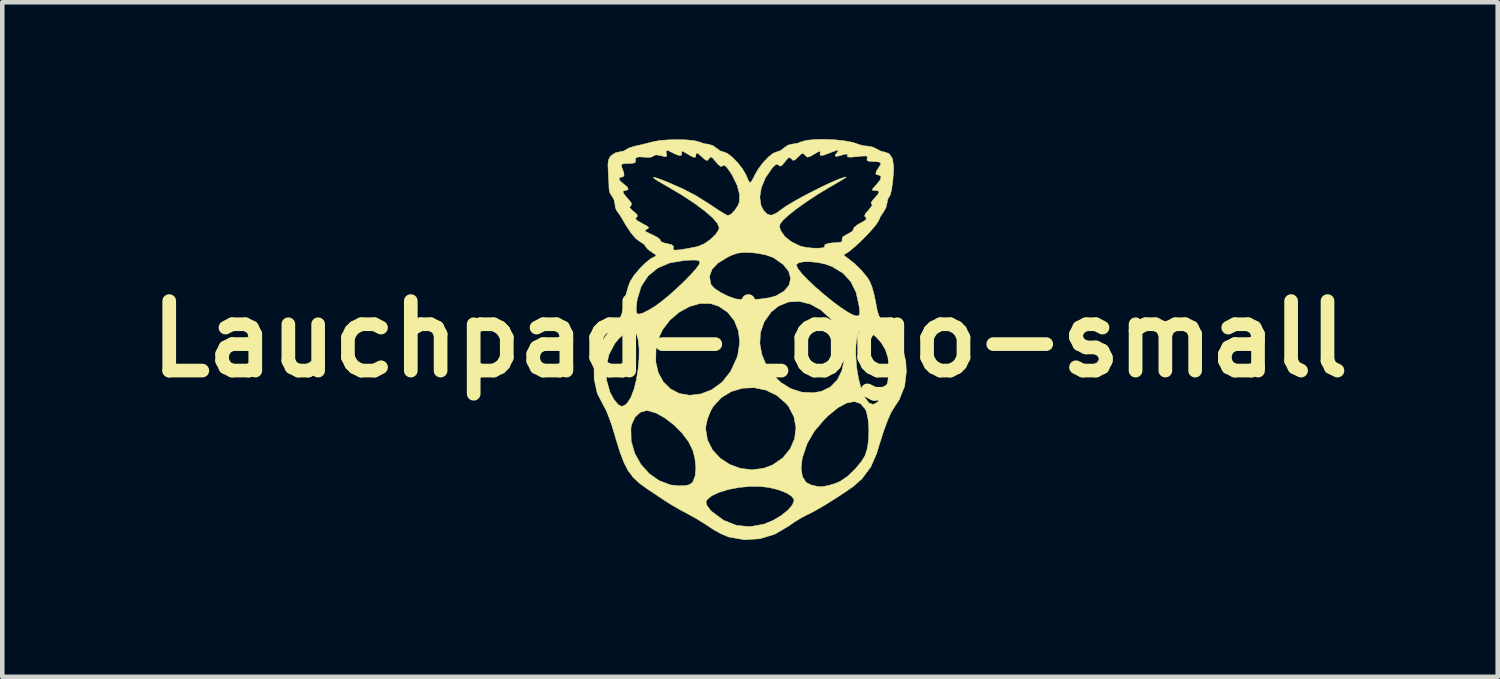
<source format=kicad_pcb>
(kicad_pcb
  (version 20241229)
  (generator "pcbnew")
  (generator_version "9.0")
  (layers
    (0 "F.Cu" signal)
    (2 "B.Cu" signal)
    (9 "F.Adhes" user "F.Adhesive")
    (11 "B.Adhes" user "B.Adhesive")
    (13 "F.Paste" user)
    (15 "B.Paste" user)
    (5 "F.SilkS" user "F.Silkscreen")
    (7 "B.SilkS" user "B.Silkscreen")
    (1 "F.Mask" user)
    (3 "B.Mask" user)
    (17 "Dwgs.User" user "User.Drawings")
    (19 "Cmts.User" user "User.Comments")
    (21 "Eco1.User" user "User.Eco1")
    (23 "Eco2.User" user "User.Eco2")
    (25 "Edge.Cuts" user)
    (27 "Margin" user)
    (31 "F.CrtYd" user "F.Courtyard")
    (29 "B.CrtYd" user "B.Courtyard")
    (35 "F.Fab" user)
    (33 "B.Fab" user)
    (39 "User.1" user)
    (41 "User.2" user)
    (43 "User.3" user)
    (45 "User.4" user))
  (footprint "Lauchpad-Logo-small"
    (layer "F.Cu")
    (at 13.397 4.387)
    (property "Reference" "Lauchpad-Logo-small" (at 0 0 0) (layer "F.SilkS") (effects (font (size 1.524 1.524) (thickness 0.3))))
    (attr exclude_from_pos_files exclude_from_bom)
    (fp_poly (pts (xy 1.854 -4.372) (xy 2.074 -4.349) (xy 2.261 -4.313) (xy 2.381 -4.271) (xy 2.478 -4.242) (xy 2.574 -4.233) (xy 2.694 -4.211) (xy 2.775 -4.171) (xy 2.87 -4.121) (xy 2.932 -4.108) (xy 3.05 -4.069) (xy 3.123 -3.96) (xy 3.15 -3.782) (xy 3.149 -3.7) (xy 3.13 -3.459) (xy 3.103 -3.272) (xy 3.071 -3.151) (xy 3.043 -3.109) (xy 3.014 -3.052) (xy 3.006 -2.988) (xy 2.98 -2.883) (xy 2.927 -2.789) (xy 2.859 -2.686) (xy 2.821 -2.603) (xy 2.775 -2.527) (xy 2.685 -2.415) (xy 2.564 -2.284) (xy 2.43 -2.149) (xy 2.296 -2.025) (xy 2.178 -1.927) (xy 2.093 -1.871) (xy 2.066 -1.863) (xy 2.058 -1.844) (xy 2.111 -1.797) (xy 2.118 -1.793) (xy 2.287 -1.661) (xy 2.45 -1.501) (xy 2.58 -1.341) (xy 2.627 -1.263) (xy 2.675 -1.141) (xy 2.722 -0.972) (xy 2.758 -0.797) (xy 2.787 -0.638) (xy 2.822 -0.524) (xy 2.879 -0.425) (xy 2.972 -0.312) (xy 3.049 -0.227) (xy 3.238 0.007) (xy 3.356 0.238) (xy 3.416 0.491) (xy 3.428 0.717) (xy 3.39 1.034) (xy 3.274 1.324) (xy 3.156 1.504) (xy 3.087 1.619) (xy 3.01 1.798) (xy 2.92 2.048) (xy 2.817 2.373) (xy 2.777 2.507) (xy 2.649 2.801) (xy 2.454 3.062) (xy 2.263 3.231) (xy 2.06 3.371) (xy 1.84 3.514) (xy 1.624 3.648) (xy 1.432 3.759) (xy 1.284 3.837) (xy 1.256 3.849) (xy 1.119 3.92) (xy 0.959 4.019) (xy 0.849 4.097) (xy 0.546 4.276) (xy 0.218 4.377) (xy -0.122 4.399) (xy -0.463 4.339) (xy -0.471 4.336) (xy -0.621 4.275) (xy -0.787 4.185) (xy -0.874 4.128) (xy -1.019 4.032) (xy -1.201 3.922) (xy -1.376 3.826) (xy -1.546 3.734) (xy -1.712 3.639) (xy -1.821 3.571) (xy -0.966 3.571) (xy -0.945 3.646) (xy -0.872 3.745) (xy -0.833 3.785) (xy -0.576 3.974) (xy -0.296 4.084) (xy -0.001 4.112) (xy 0.301 4.058) (xy 0.5 3.977) (xy 0.683 3.869) (xy 0.83 3.751) (xy 0.929 3.636) (xy 0.967 3.536) (xy 0.965 3.519) (xy 0.912 3.444) (xy 0.794 3.37) (xy 0.628 3.305) (xy 0.432 3.256) (xy 0.246 3.231) (xy 0.004 3.229) (xy -0.241 3.252) (xy -0.474 3.297) (xy -0.678 3.359) (xy -0.839 3.434) (xy -0.94 3.517) (xy -0.966 3.571) (xy -1.821 3.571) (xy -1.838 3.56) (xy -1.841 3.558) (xy -1.97 3.472) (xy -2.13 3.365) (xy -2.252 3.285) (xy -2.422 3.162) (xy -2.558 3.036) (xy -2.668 2.891) (xy -2.762 2.712) (xy -2.85 2.483) (xy -2.941 2.19) (xy -2.961 2.117) (xy -3.011 1.953) (xy -2.612 1.953) (xy -2.606 2.233) (xy -2.53 2.5) (xy -2.396 2.742) (xy -2.213 2.948) (xy -1.993 3.103) (xy -1.746 3.196) (xy -1.558 3.217) (xy -1.412 3.211) (xy -1.323 3.189) (xy -1.265 3.142) (xy -1.251 3.123) (xy -1.202 2.994) (xy -1.188 2.813) (xy -1.21 2.608) (xy -1.253 2.44) (xy -1.347 2.25) (xy -1.492 2.058) (xy -1.584 1.966) (xy -0.973 1.966) (xy -0.933 2.211) (xy -0.824 2.427) (xy -0.659 2.607) (xy -0.451 2.745) (xy -0.214 2.833) (xy 0.04 2.865) (xy 0.233 2.841) (xy 1.12 2.841) (xy 1.15 3.016) (xy 1.229 3.14) (xy 1.341 3.198) (xy 1.442 3.221) (xy 1.502 3.235) (xy 1.597 3.234) (xy 1.734 3.206) (xy 1.882 3.16) (xy 1.981 3.116) (xy 2.143 3.005) (xy 2.31 2.845) (xy 2.454 2.668) (xy 2.524 2.55) (xy 2.573 2.397) (xy 2.6 2.195) (xy 2.606 1.974) (xy 2.59 1.764) (xy 2.553 1.592) (xy 2.528 1.535) (xy 2.424 1.414) (xy 2.287 1.369) (xy 2.121 1.399) (xy 1.927 1.504) (xy 1.71 1.682) (xy 1.638 1.752) (xy 1.413 2.015) (xy 1.256 2.283) (xy 1.154 2.58) (xy 1.143 2.626) (xy 1.12 2.841) (xy 0.233 2.841) (xy 0.298 2.833) (xy 0.496 2.758) (xy 0.72 2.603) (xy 0.881 2.406) (xy 0.978 2.181) (xy 1.007 1.943) (xy 0.964 1.704) (xy 0.847 1.479) (xy 0.795 1.415) (xy 0.587 1.233) (xy 0.347 1.117) (xy 0.091 1.065) (xy -0.166 1.076) (xy -0.411 1.149) (xy -0.628 1.281) (xy -0.803 1.471) (xy -0.865 1.577) (xy -0.935 1.755) (xy -0.971 1.924) (xy -0.973 1.966) (xy -1.584 1.966) (xy -1.671 1.879) (xy -1.865 1.729) (xy -2.06 1.62) (xy -2.236 1.569) (xy -2.273 1.567) (xy -2.408 1.605) (xy -2.52 1.71) (xy -2.594 1.863) (xy -2.612 1.953) (xy -3.011 1.953) (xy -3.024 1.909) (xy -3.092 1.717) (xy -3.155 1.563) (xy -3.199 1.48) (xy -3.349 1.191) (xy -3.418 0.878) (xy -3.42 0.641) (xy -3.416 0.617) (xy -3.155 0.617) (xy -3.146 0.9) (xy -3.068 1.17) (xy -2.982 1.326) (xy -2.889 1.439) (xy -2.811 1.476) (xy -2.732 1.44) (xy -2.691 1.401) (xy -2.611 1.275) (xy -2.544 1.098) (xy -2.491 0.887) (xy -2.454 0.658) (xy -2.44 0.498) (xy -2.067 0.498) (xy -2.011 0.737) (xy -1.901 0.937) (xy -1.744 1.091) (xy -1.55 1.192) (xy -1.324 1.231) (xy -1.076 1.201) (xy -0.841 1.11) (xy -0.611 0.943) (xy -0.426 0.708) (xy -0.29 0.412) (xy -0.268 0.344) (xy -0.23 0.096) (xy 0.215 0.096) (xy 0.259 0.338) (xy 0.356 0.569) (xy 0.498 0.777) (xy 0.678 0.952) (xy 0.891 1.084) (xy 1.13 1.162) (xy 1.387 1.176) (xy 1.569 1.143) (xy 1.763 1.049) (xy 1.911 0.897) (xy 2.011 0.699) (xy 2.062 0.471) (xy 2.062 0.38) (xy 2.32 0.38) (xy 2.339 0.625) (xy 2.379 0.866) (xy 2.435 1.079) (xy 2.52 1.282) (xy 2.608 1.399) (xy 2.701 1.433) (xy 2.798 1.381) (xy 2.9 1.246) (xy 2.93 1.191) (xy 3.019 0.943) (xy 3.051 0.671) (xy 3.025 0.404) (xy 2.969 0.232) (xy 2.88 0.082) (xy 2.767 -0.047) (xy 2.645 -0.143) (xy 2.529 -0.197) (xy 2.435 -0.199) (xy 2.386 -0.16) (xy 2.342 -0.033) (xy 2.32 0.154) (xy 2.32 0.38) (xy 2.062 0.38) (xy 2.062 0.225) (xy 2.009 -0.025) (xy 1.9 -0.264) (xy 1.773 -0.44) (xy 1.555 -0.64) (xy 1.32 -0.769) (xy 1.08 -0.828) (xy 0.845 -0.815) (xy 0.627 -0.727) (xy 0.464 -0.596) (xy 0.311 -0.382) (xy 0.23 -0.147) (xy 0.215 0.096) (xy -0.23 0.096) (xy -0.226 0.075) (xy -0.254 -0.179) (xy -0.345 -0.406) (xy -0.492 -0.591) (xy -0.689 -0.723) (xy -0.869 -0.781) (xy -1.093 -0.782) (xy -1.326 -0.715) (xy -1.553 -0.591) (xy -1.754 -0.42) (xy -1.913 -0.214) (xy -1.987 -0.06) (xy -2.062 0.23) (xy -2.067 0.498) (xy -2.44 0.498) (xy -2.434 0.427) (xy -2.432 0.211) (xy -2.45 0.025) (xy -2.489 -0.115) (xy -2.55 -0.191) (xy -2.56 -0.196) (xy -2.646 -0.188) (xy -2.76 -0.121) (xy -2.882 -0.007) (xy -2.967 0.097) (xy -3.095 0.342) (xy -3.155 0.617) (xy -3.416 0.617) (xy -3.366 0.325) (xy -3.248 0.045) (xy -3.057 -0.218) (xy -3.015 -0.265) (xy -2.903 -0.39) (xy -2.835 -0.494) (xy -2.793 -0.61) (xy -2.786 -0.646) (xy -2.497 -0.646) (xy -2.49 -0.578) (xy -2.46 -0.553) (xy -2.424 -0.55) (xy -2.348 -0.573) (xy -2.228 -0.633) (xy -2.089 -0.717) (xy -2.078 -0.724) (xy -1.938 -0.827) (xy -1.777 -0.959) (xy -1.609 -1.109) (xy -1.447 -1.263) (xy -1.338 -1.374) (xy -0.889 -1.374) (xy -0.861 -1.214) (xy -0.845 -1.183) (xy -0.774 -1.109) (xy -0.648 -1.025) (xy -0.493 -0.947) (xy -0.334 -0.888) (xy -0.318 -0.884) (xy -0.178 -0.866) (xy 0.012 -0.865) (xy 0.219 -0.879) (xy 0.411 -0.906) (xy 0.556 -0.944) (xy 0.568 -0.948) (xy 0.752 -1.056) (xy 0.859 -1.189) (xy 0.89 -1.336) (xy 0.847 -1.488) (xy 0.739 -1.623) (xy 1.016 -1.623) (xy 1.049 -1.547) (xy 1.138 -1.433) (xy 1.272 -1.294) (xy 1.437 -1.139) (xy 1.62 -0.981) (xy 1.807 -0.829) (xy 1.987 -0.695) (xy 2.147 -0.59) (xy 2.272 -0.525) (xy 2.337 -0.508) (xy 2.385 -0.516) (xy 2.405 -0.553) (xy 2.402 -0.639) (xy 2.391 -0.73) (xy 2.325 -1.028) (xy 2.21 -1.262) (xy 2.039 -1.446) (xy 1.803 -1.591) (xy 1.799 -1.592) (xy 1.652 -1.646) (xy 1.485 -1.681) (xy 1.319 -1.698) (xy 1.172 -1.696) (xy 1.065 -1.674) (xy 1.017 -1.631) (xy 1.016 -1.623) (xy 0.739 -1.623) (xy 0.729 -1.636) (xy 0.539 -1.771) (xy 0.479 -1.801) (xy 0.349 -1.846) (xy 0.177 -1.881) (xy 0.031 -1.897) (xy -0.143 -1.902) (xy -0.275 -1.885) (xy -0.406 -1.839) (xy -0.486 -1.801) (xy -0.701 -1.67) (xy -0.836 -1.527) (xy -0.889 -1.374) (xy -1.338 -1.374) (xy -1.302 -1.41) (xy -1.188 -1.537) (xy -1.118 -1.632) (xy -1.101 -1.673) (xy -1.11 -1.71) (xy -1.149 -1.73) (xy -1.234 -1.735) (xy -1.382 -1.73) (xy -1.429 -1.727) (xy -1.754 -1.674) (xy -2.024 -1.56) (xy -2.236 -1.386) (xy -2.387 -1.156) (xy -2.473 -0.872) (xy -2.486 -0.778) (xy -2.497 -0.646) (xy -2.786 -0.646) (xy -2.761 -0.772) (xy -2.757 -0.797) (xy -2.72 -0.978) (xy -2.671 -1.15) (xy -2.624 -1.272) (xy -2.541 -1.4) (xy -2.425 -1.539) (xy -2.297 -1.668) (xy -2.177 -1.764) (xy -2.104 -1.803) (xy -2.06 -1.825) (xy -2.075 -1.856) (xy -2.155 -1.909) (xy -2.241 -1.972) (xy -2.285 -2.024) (xy -2.286 -2.03) (xy -2.32 -2.077) (xy -2.402 -2.132) (xy -2.408 -2.135) (xy -2.503 -2.205) (xy -2.605 -2.323) (xy -2.723 -2.501) (xy -2.802 -2.637) (xy -2.864 -2.737) (xy -2.917 -2.807) (xy -2.919 -2.809) (xy -2.953 -2.882) (xy -2.963 -2.967) (xy -2.986 -3.072) (xy -3.027 -3.133) (xy -3.076 -3.214) (xy -3.092 -3.297) (xy -3.095 -3.399) (xy -3.102 -3.536) (xy -2.871 -3.536) (xy -2.863 -3.485) (xy -2.789 -3.415) (xy -2.773 -3.404) (xy -2.689 -3.333) (xy -2.672 -3.282) (xy -2.724 -3.26) (xy -2.731 -3.26) (xy -2.785 -3.246) (xy -2.778 -3.2) (xy -2.709 -3.113) (xy -2.678 -3.08) (xy -2.608 -2.995) (xy -2.599 -2.944) (xy -2.618 -2.925) (xy -2.639 -2.888) (xy -2.594 -2.832) (xy -2.554 -2.801) (xy -2.479 -2.735) (xy -2.47 -2.693) (xy -2.493 -2.672) (xy -2.512 -2.639) (xy -2.468 -2.595) (xy -2.366 -2.538) (xy -2.26 -2.48) (xy -2.222 -2.445) (xy -2.243 -2.421) (xy -2.265 -2.411) (xy -2.303 -2.389) (xy -2.286 -2.36) (xy -2.202 -2.316) (xy -2.146 -2.291) (xy -2.036 -2.235) (xy -1.973 -2.185) (xy -1.966 -2.163) (xy -1.945 -2.133) (xy -1.862 -2.104) (xy -1.823 -2.096) (xy -1.715 -2.069) (xy -1.677 -2.032) (xy -1.682 -2.002) (xy -1.685 -1.964) (xy -1.646 -1.951) (xy -1.546 -1.959) (xy -1.499 -1.965) (xy -1.336 -1.993) (xy -1.178 -2.025) (xy -1.134 -2.036) (xy -1.003 -2.092) (xy -0.871 -2.184) (xy -0.759 -2.291) (xy -0.689 -2.394) (xy -0.677 -2.444) (xy -0.715 -2.539) (xy -0.821 -2.663) (xy -0.99 -2.81) (xy -1.213 -2.976) (xy -1.483 -3.154) (xy -1.794 -3.339) (xy -1.82 -3.354) (xy -1.996 -3.456) (xy -2.096 -3.52) (xy -2.12 -3.548) (xy -2.068 -3.54) (xy -1.939 -3.494) (xy -1.817 -3.446) (xy -1.484 -3.301) (xy -1.196 -3.152) (xy -0.917 -2.979) (xy -0.823 -2.916) (xy -0.682 -2.822) (xy -0.566 -2.75) (xy -0.493 -2.713) (xy -0.481 -2.709) (xy -0.412 -2.743) (xy -0.332 -2.827) (xy -0.263 -2.933) (xy -0.233 -3.011) (xy -0.23 -3.112) (xy 0.214 -3.112) (xy 0.242 -2.927) (xy 0.299 -2.821) (xy 0.384 -2.737) (xy 0.468 -2.717) (xy 0.574 -2.761) (xy 0.675 -2.834) (xy 0.793 -2.917) (xy 0.96 -3.017) (xy 1.159 -3.128) (xy 1.374 -3.24) (xy 1.588 -3.347) (xy 1.787 -3.44) (xy 1.953 -3.51) (xy 2.072 -3.55) (xy 2.11 -3.556) (xy 2.086 -3.537) (xy 2.003 -3.484) (xy 1.874 -3.408) (xy 1.755 -3.339) (xy 1.498 -3.185) (xy 1.248 -3.021) (xy 1.022 -2.86) (xy 0.838 -2.714) (xy 0.724 -2.609) (xy 0.659 -2.527) (xy 0.648 -2.456) (xy 0.676 -2.373) (xy 0.766 -2.247) (xy 0.914 -2.131) (xy 1.096 -2.044) (xy 1.133 -2.032) (xy 1.24 -2.01) (xy 1.368 -1.997) (xy 1.492 -1.994) (xy 1.589 -2.002) (xy 1.633 -2.019) (xy 1.633 -2.028) (xy 1.643 -2.071) (xy 1.724 -2.102) (xy 1.862 -2.116) (xy 1.892 -2.117) (xy 1.991 -2.125) (xy 2.022 -2.155) (xy 2.017 -2.18) (xy 2.03 -2.239) (xy 2.123 -2.298) (xy 2.142 -2.306) (xy 2.231 -2.355) (xy 2.268 -2.401) (xy 2.266 -2.41) (xy 2.285 -2.452) (xy 2.361 -2.511) (xy 2.418 -2.543) (xy 2.523 -2.603) (xy 2.555 -2.645) (xy 2.537 -2.669) (xy 2.511 -2.705) (xy 2.539 -2.763) (xy 2.602 -2.834) (xy 2.669 -2.917) (xy 2.679 -2.96) (xy 2.667 -2.963) (xy 2.652 -2.988) (xy 2.699 -3.057) (xy 2.723 -3.082) (xy 2.808 -3.18) (xy 2.83 -3.235) (xy 2.788 -3.257) (xy 2.744 -3.26) (xy 2.688 -3.263) (xy 2.683 -3.286) (xy 2.734 -3.346) (xy 2.765 -3.378) (xy 2.852 -3.487) (xy 2.875 -3.563) (xy 2.833 -3.597) (xy 2.815 -3.598) (xy 2.758 -3.619) (xy 2.77 -3.682) (xy 2.814 -3.749) (xy 2.867 -3.833) (xy 2.857 -3.877) (xy 2.775 -3.893) (xy 2.711 -3.895) (xy 2.604 -3.901) (xy 2.564 -3.924) (xy 2.569 -3.964) (xy 2.575 -4.002) (xy 2.542 -4.017) (xy 2.455 -4.014) (xy 2.351 -4.003) (xy 2.208 -3.99) (xy 2.14 -3.997) (xy 2.136 -4.018) (xy 2.138 -4.058) (xy 2.07 -4.055) (xy 1.971 -4.023) (xy 1.885 -4.004) (xy 1.866 -4.033) (xy 1.913 -4.098) (xy 1.943 -4.14) (xy 1.906 -4.142) (xy 1.799 -4.105) (xy 1.75 -4.085) (xy 1.617 -4.035) (xy 1.547 -4.027) (xy 1.532 -4.061) (xy 1.541 -4.089) (xy 1.541 -4.121) (xy 1.494 -4.108) (xy 1.412 -4.06) (xy 1.313 -4.004) (xy 1.257 -3.991) (xy 1.218 -4.021) (xy 1.207 -4.035) (xy 1.167 -4.075) (xy 1.123 -4.062) (xy 1.055 -3.997) (xy 0.984 -3.93) (xy 0.939 -3.922) (xy 0.908 -3.955) (xy 0.87 -3.987) (xy 0.826 -3.964) (xy 0.764 -3.888) (xy 0.695 -3.808) (xy 0.651 -3.794) (xy 0.629 -3.816) (xy 0.592 -3.84) (xy 0.537 -3.806) (xy 0.482 -3.747) (xy 0.338 -3.538) (xy 0.248 -3.321) (xy 0.214 -3.112) (xy -0.23 -3.112) (xy -0.229 -3.176) (xy -0.283 -3.377) (xy -0.39 -3.595) (xy -0.429 -3.657) (xy -0.512 -3.772) (xy -0.567 -3.817) (xy -0.599 -3.803) (xy -0.635 -3.783) (xy -0.693 -3.825) (xy -0.747 -3.888) (xy -0.82 -3.973) (xy -0.863 -3.997) (xy -0.895 -3.967) (xy -0.9 -3.959) (xy -0.932 -3.919) (xy -0.975 -3.928) (xy -1.05 -3.993) (xy -1.063 -4.005) (xy -1.142 -4.073) (xy -1.178 -4.082) (xy -1.185 -4.051) (xy -1.193 -3.996) (xy -1.229 -3.986) (xy -1.308 -4.023) (xy -1.381 -4.067) (xy -1.471 -4.118) (xy -1.504 -4.12) (xy -1.498 -4.089) (xy -1.501 -4.034) (xy -1.562 -4.029) (xy -1.67 -4.072) (xy -1.693 -4.085) (xy -1.794 -4.136) (xy -1.837 -4.137) (xy -1.838 -4.084) (xy -1.833 -4.066) (xy -1.827 -4.012) (xy -1.861 -4.001) (xy -1.951 -4.023) (xy -2.065 -4.042) (xy -2.121 -4.015) (xy -2.182 -3.986) (xy -2.292 -3.989) (xy -2.292 -3.989) (xy -2.439 -3.998) (xy -2.51 -3.97) (xy -2.512 -3.913) (xy -2.516 -3.874) (xy -2.58 -3.855) (xy -2.667 -3.852) (xy -2.778 -3.848) (xy -2.822 -3.827) (xy -2.817 -3.782) (xy -2.815 -3.778) (xy -2.768 -3.649) (xy -2.763 -3.58) (xy -2.799 -3.557) (xy -2.81 -3.556) (xy -2.871 -3.536) (xy -3.102 -3.536) (xy -3.102 -3.548) (xy -3.11 -3.674) (xy -3.116 -3.831) (xy -3.104 -3.93) (xy -3.07 -3.997) (xy -3.046 -4.024) (xy -2.949 -4.087) (xy -2.866 -4.106) (xy -2.768 -4.126) (xy -2.721 -4.154) (xy -2.651 -4.193) (xy -2.537 -4.229) (xy -2.512 -4.234) (xy -2.37 -4.267) (xy -2.202 -4.309) (xy -2.137 -4.326) (xy -1.989 -4.354) (xy -1.799 -4.37) (xy -1.593 -4.375) (xy -1.394 -4.37) (xy -1.227 -4.353) (xy -1.116 -4.326) (xy -1.107 -4.322) (xy -0.994 -4.284) (xy -0.92 -4.276) (xy -0.814 -4.245) (xy -0.741 -4.191) (xy -0.652 -4.127) (xy -0.579 -4.106) (xy -0.496 -4.073) (xy -0.387 -3.988) (xy -0.271 -3.869) (xy -0.167 -3.737) (xy -0.093 -3.611) (xy -0.08 -3.581) (xy -0.038 -3.483) (xy -0.004 -3.432) (xy 0.002 -3.429) (xy 0.034 -3.464) (xy 0.084 -3.552) (xy 0.107 -3.601) (xy 0.185 -3.738) (xy 0.291 -3.876) (xy 0.406 -3.996) (xy 0.512 -4.079) (xy 0.586 -4.106) (xy 0.672 -4.136) (xy 0.741 -4.191) (xy 0.836 -4.256) (xy 0.92 -4.276) (xy 1.04 -4.295) (xy 1.107 -4.322) (xy 1.228 -4.358) (xy 1.408 -4.377) (xy 1.625 -4.382) (xy 1.854 -4.372)) (stroke (width 0.01) (type solid)) (fill yes) (layer "F.SilkS")))
  (gr_rect
    (start -3 -3)
    (end 29.793 11.791)
    (stroke (width 0.1) (type default))
    (fill no)
    (layer "Edge.Cuts")))
</source>
